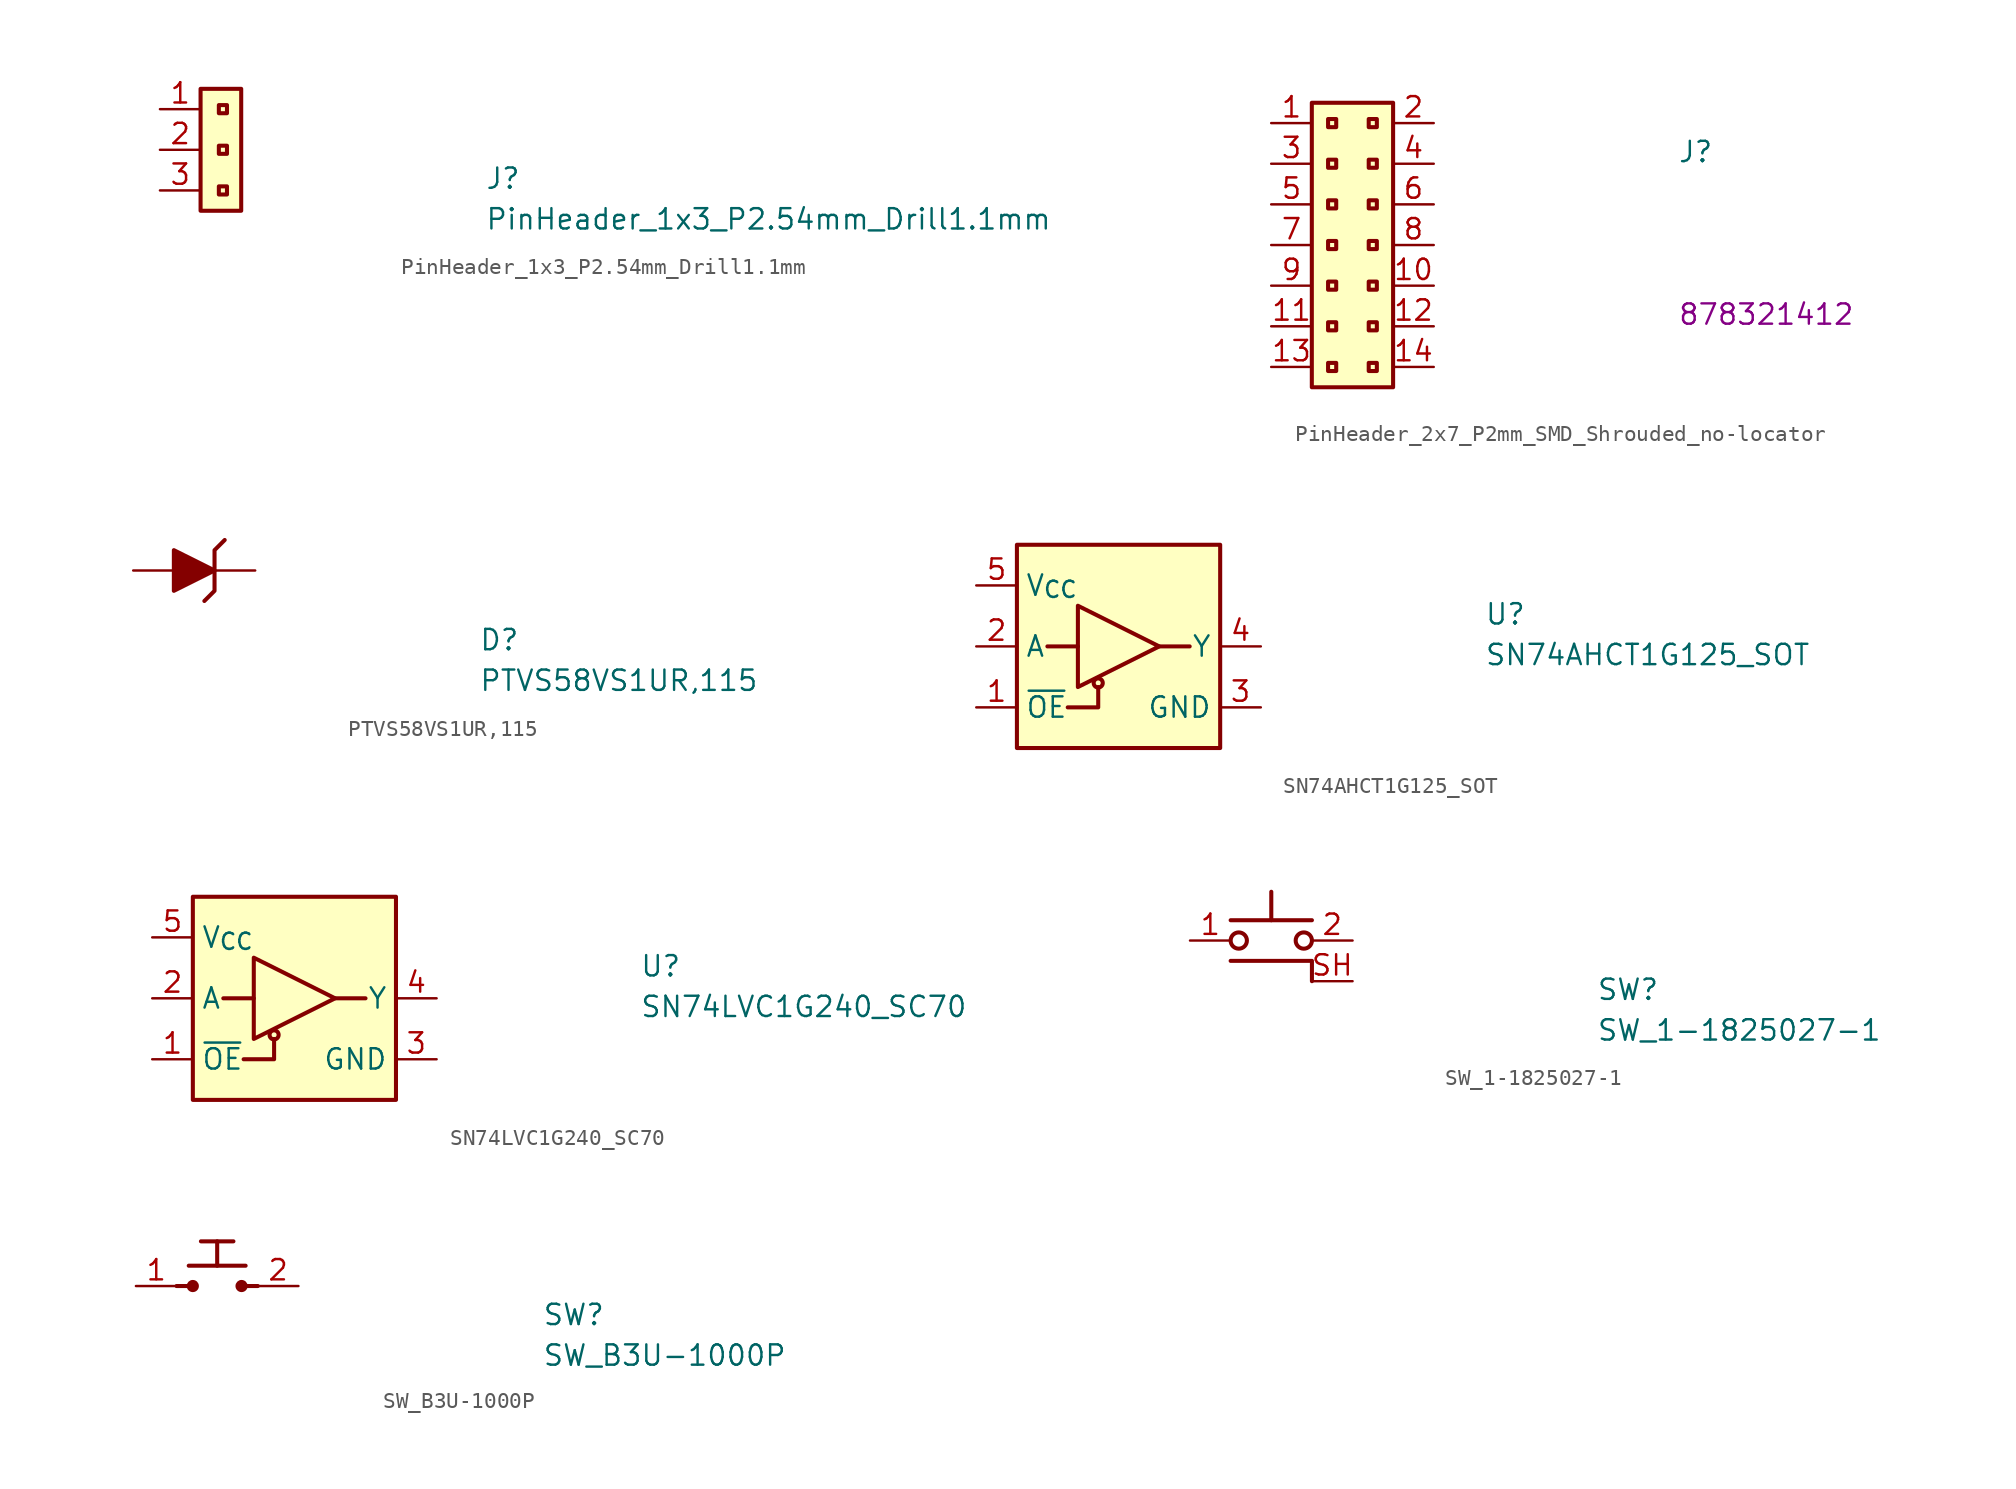
<source format=kicad_sym>
(kicad_symbol_lib
  (version 20211014)
  (generator kicad_symbol_editor)
  (symbol "PinHeader_1x3_P2.54mm_Drill1.1mm"
    (property "Reference" "J"
      (at 20.32 -5.08 0)
      (effects (font (size 1.27 1.27) (thickness 0.15)) (justify left bottom)))
    (property "Value" "PinHeader_1x3_P2.54mm_Drill1.1mm"
      (at 20.32 -7.62 0)
      (effects (font (size 1.27 1.27) (thickness 0.15)) (justify left bottom)))
    (symbol "PinHeader_1x3_P2.54mm_Drill1.1mm_1_1"
      (rectangle (start 4.191 -5.334) (end 3.683 -4.826) (stroke (width 0.254) (type default) (color 0 0 0 0)) (fill (type none)))
      (rectangle (start 4.191 -2.794) (end 3.683 -2.286) (stroke (width 0.254) (type default) (color 0 0 0 0)) (fill (type none)))
      (rectangle (start 4.191 -0.254) (end 3.683 0.254) (stroke (width 0.254) (type default) (color 0 0 0 0)) (fill (type none)))
      (rectangle (start 5.08 -6.35) (end 2.54 1.27) (stroke (width 0.254) (type default) (color 0 0 0 0)) (fill (type background)))
      (pin passive line (at 0 0 0) (length 2.54) (name "~" (effects (font (size 1.27 1.27)))) (number "1" (effects (font (size 1.27 1.27)))))
      (pin passive line (at 0 -2.54 0) (length 2.54) (name "~" (effects (font (size 1.27 1.27)))) (number "2" (effects (font (size 1.27 1.27)))))
      (pin passive line (at 0 -5.08 0) (length 2.54) (name "~" (effects (font (size 1.27 1.27)))) (number "3" (effects (font (size 1.27 1.27)))))))
  (symbol "PinHeader_2x7_P2mm_SMD_Shrouded_no-locator"
    (property "Reference" "J"
      (at 25.4 -2.54 0)
      (effects (font (size 1.27 1.27) (thickness 0.15)) (justify left bottom)))
    (property "MPN" "878321412"
      (at 25.4 -12.7 0)
      (effects (font (size 1.27 1.27) (thickness 0.15)) (justify left bottom)))
    (symbol "PinHeader_2x7_P2mm_SMD_Shrouded_no-locator_1_1"
      (rectangle (start 2.54 1.27) (end 7.62 -16.51) (stroke (width 0.254) (type default) (color 0 0 0 0)) (fill (type background)))
      (rectangle (start 3.556 -14.986) (end 4.064 -15.494) (stroke (width 0.254) (type default) (color 0 0 0 0)) (fill (type background)))
      (rectangle (start 3.556 -12.446) (end 4.064 -12.954) (stroke (width 0.254) (type default) (color 0 0 0 0)) (fill (type background)))
      (rectangle (start 3.556 -9.906) (end 4.064 -10.414) (stroke (width 0.254) (type default) (color 0 0 0 0)) (fill (type background)))
      (rectangle (start 3.556 -7.366) (end 4.064 -7.874) (stroke (width 0.254) (type default) (color 0 0 0 0)) (fill (type background)))
      (rectangle (start 3.556 -4.826) (end 4.064 -5.334) (stroke (width 0.254) (type default) (color 0 0 0 0)) (fill (type background)))
      (rectangle (start 3.556 -2.286) (end 4.064 -2.794) (stroke (width 0.254) (type default) (color 0 0 0 0)) (fill (type background)))
      (rectangle (start 3.556 0.254) (end 4.064 -0.254) (stroke (width 0.254) (type default) (color 0 0 0 0)) (fill (type background)))
      (rectangle (start 6.096 -14.986) (end 6.604 -15.494) (stroke (width 0.254) (type default) (color 0 0 0 0)) (fill (type background)))
      (rectangle (start 6.096 -12.446) (end 6.604 -12.954) (stroke (width 0.254) (type default) (color 0 0 0 0)) (fill (type background)))
      (rectangle (start 6.096 -9.906) (end 6.604 -10.414) (stroke (width 0.254) (type default) (color 0 0 0 0)) (fill (type background)))
      (rectangle (start 6.096 -7.366) (end 6.604 -7.874) (stroke (width 0.254) (type default) (color 0 0 0 0)) (fill (type background)))
      (rectangle (start 6.096 -4.826) (end 6.604 -5.334) (stroke (width 0.254) (type default) (color 0 0 0 0)) (fill (type background)))
      (rectangle (start 6.096 -2.286) (end 6.604 -2.794) (stroke (width 0.254) (type default) (color 0 0 0 0)) (fill (type background)))
      (rectangle (start 6.096 0.254) (end 6.604 -0.254) (stroke (width 0.254) (type default) (color 0 0 0 0)) (fill (type background)))
      (pin passive line (at 0 0 0) (length 2.54) (name "~" (effects (font (size 1.27 1.27)))) (number "1" (effects (font (size 1.27 1.27)))))
      (pin passive line (at 10.16 -10.16 180) (length 2.54) (name "~" (effects (font (size 1.27 1.27)))) (number "10" (effects (font (size 1.27 1.27)))))
      (pin passive line (at 0 -12.7 0) (length 2.54) (name "~" (effects (font (size 1.27 1.27)))) (number "11" (effects (font (size 1.27 1.27)))))
      (pin passive line (at 10.16 -12.7 180) (length 2.54) (name "~" (effects (font (size 1.27 1.27)))) (number "12" (effects (font (size 1.27 1.27)))))
      (pin passive line (at 0 -15.24 0) (length 2.54) (name "~" (effects (font (size 1.27 1.27)))) (number "13" (effects (font (size 1.27 1.27)))))
      (pin passive line (at 10.16 -15.24 180) (length 2.54) (name "~" (effects (font (size 1.27 1.27)))) (number "14" (effects (font (size 1.27 1.27)))))
      (pin passive line (at 10.16 0 180) (length 2.54) (name "~" (effects (font (size 1.27 1.27)))) (number "2" (effects (font (size 1.27 1.27)))))
      (pin passive line (at 0 -2.54 0) (length 2.54) (name "~" (effects (font (size 1.27 1.27)))) (number "3" (effects (font (size 1.27 1.27)))))
      (pin passive line (at 10.16 -2.54 180) (length 2.54) (name "~" (effects (font (size 1.27 1.27)))) (number "4" (effects (font (size 1.27 1.27)))))
      (pin passive line (at 0 -5.08 0) (length 2.54) (name "~" (effects (font (size 1.27 1.27)))) (number "5" (effects (font (size 1.27 1.27)))))
      (pin passive line (at 10.16 -5.08 180) (length 2.54) (name "~" (effects (font (size 1.27 1.27)))) (number "6" (effects (font (size 1.27 1.27)))))
      (pin passive line (at 0 -7.62 0) (length 2.54) (name "~" (effects (font (size 1.27 1.27)))) (number "7" (effects (font (size 1.27 1.27)))))
      (pin passive line (at 10.16 -7.62 180) (length 2.54) (name "~" (effects (font (size 1.27 1.27)))) (number "8" (effects (font (size 1.27 1.27)))))
      (pin passive line (at 0 -10.16 0) (length 2.54) (name "~" (effects (font (size 1.27 1.27)))) (number "9" (effects (font (size 1.27 1.27)))))))
  (symbol "PTVS58VS1UR,115"
    (pin_numbers hide)
    (pin_names hide)
    (property "Reference" "D"
      (at 21.59 -5.08 0)
      (effects (font (size 1.27 1.27) (thickness 0.15)) (justify left bottom)))
    (property "Value" "PTVS58VS1UR,115"
      (at 21.59 -7.62 0)
      (effects (font (size 1.27 1.27) (thickness 0.15)) (justify left bottom)))
    (symbol "PTVS58VS1UR,115_0_1"
      (polyline (pts (xy 5.715 1.905) (xy 5.08 1.27) (xy 5.08 -1.27) (xy 4.445 -1.905)) (stroke (width 0.254) (type default) (color 0 0 0 0)) (fill (type none))))
    (symbol "PTVS58VS1UR,115_1_1"
      (polyline (pts (xy 2.54 1.27) (xy 2.54 -1.27) (xy 5.08 0) (xy 2.54 1.27)) (stroke (width 0.254) (type default) (color 0 0 0 0)) (fill (type outline)))
      (pin passive line (at 0 0 0) (length 2.54) (name "A" (effects (font (size 1.27 1.27)))) (number "A" (effects (font (size 1.27 1.27)))))
      (pin passive line (at 7.62 0 180) (length 2.54) (name "C" (effects (font (size 1.27 1.27)))) (number "K" (effects (font (size 1.27 1.27)))))))
  (symbol "SN74AHCT1G125_SOT"
    (property "Reference" "U"
      (at 31.75 -2.54 0)
      (effects (font (size 1.27 1.27) (thickness 0.15)) (justify left bottom)))
    (property "Value" "SN74AHCT1G125_SOT"
      (at 31.75 -5.08 0)
      (effects (font (size 1.27 1.27) (thickness 0.15)) (justify left bottom)))
    (symbol "SN74AHCT1G125_SOT_0_1"
      (polyline (pts (xy 6.35 -3.81) (xy 4.445 -3.81)) (stroke (width 0.254) (type default) (color 0 0 0 0)) (fill (type none)))
      (polyline (pts (xy 11.43 -3.81) (xy 13.335 -3.81)) (stroke (width 0.254) (type default) (color 0 0 0 0)) (fill (type none))))
    (symbol "SN74AHCT1G125_SOT_1_1"
      (polyline (pts (xy 5.715 -7.62) (xy 7.62 -7.62) (xy 7.62 -6.35)) (stroke (width 0.254) (type default) (color 0 0 0 0)) (fill (type background)))
      (polyline (pts (xy 6.35 -1.27) (xy 11.43 -3.81) (xy 6.35 -6.35) (xy 6.35 -1.27)) (stroke (width 0.254) (type default) (color 0 0 0 0)) (fill (type background)))
      (rectangle (start 2.54 2.54) (end 15.24 -10.16) (stroke (width 0.254) (type default) (color 0 0 0 0)) (fill (type background)))
      (circle (center 7.62 -6.096) (radius 0.284) (stroke (width 0.254) (type default) (color 0 0 0 0)) (fill (type background)))
      (pin input line (at 0 -7.62 0) (length 2.54) (name "~{OE}" (effects (font (size 1.27 1.27)))) (number "1" (effects (font (size 1.27 1.27)))))
      (pin input line (at 0 -3.81 0) (length 2.54) (name "A" (effects (font (size 1.27 1.27)))) (number "2" (effects (font (size 1.27 1.27)))))
      (pin power_in line (at 17.78 -7.62 180) (length 2.54) (name "GND" (effects (font (size 1.27 1.27)))) (number "3" (effects (font (size 1.27 1.27)))))
      (pin output line (at 17.78 -3.81 180) (length 2.54) (name "Y" (effects (font (size 1.27 1.27)))) (number "4" (effects (font (size 1.27 1.27)))))
      (pin power_in line (at 0 0 0) (length 2.54) (name "V_{CC}" (effects (font (size 1.27 1.27)))) (number "5" (effects (font (size 1.27 1.27)))))))
  (symbol "SN74LVC1G240_SC70"
    (property "Reference" "U"
      (at 30.48 -2.54 0)
      (effects (font (size 1.27 1.27) (thickness 0.15)) (justify left bottom)))
    (property "Value" "SN74LVC1G240_SC70"
      (at 30.48 -5.08 0)
      (effects (font (size 1.27 1.27) (thickness 0.15)) (justify left bottom)))
    (symbol "SN74LVC1G240_SC70_1_1"
      (polyline (pts (xy 6.35 -3.81) (xy 4.445 -3.81)) (stroke (width 0.254) (type default) (color 0 0 0 0)) (fill (type background)))
      (polyline (pts (xy 11.43 -3.81) (xy 13.335 -3.81)) (stroke (width 0.254) (type default) (color 0 0 0 0)) (fill (type background)))
      (polyline (pts (xy 5.715 -7.62) (xy 7.62 -7.62) (xy 7.62 -6.35)) (stroke (width 0.254) (type default) (color 0 0 0 0)) (fill (type background)))
      (polyline (pts (xy 6.35 -1.27) (xy 11.43 -3.81) (xy 6.35 -6.35) (xy 6.35 -1.27)) (stroke (width 0.254) (type default) (color 0 0 0 0)) (fill (type background)))
      (rectangle (start 2.54 2.54) (end 15.24 -10.16) (stroke (width 0.254) (type default) (color 0 0 0 0)) (fill (type background)))
      (circle (center 7.62 -6.096) (radius 0.284) (stroke (width 0.254) (type default) (color 0 0 0 0)) (fill (type background)))
      (pin input line (at 0 -7.62 0) (length 2.54) (name "~{OE}" (effects (font (size 1.27 1.27)))) (number "1" (effects (font (size 1.27 1.27)))))
      (pin input line (at 0 -3.81 0) (length 2.54) (name "A" (effects (font (size 1.27 1.27)))) (number "2" (effects (font (size 1.27 1.27)))))
      (pin power_in line (at 17.78 -7.62 180) (length 2.54) (name "GND" (effects (font (size 1.27 1.27)))) (number "3" (effects (font (size 1.27 1.27)))))
      (pin output line (at 17.78 -3.81 180) (length 2.54) (name "Y" (effects (font (size 1.27 1.27)))) (number "4" (effects (font (size 1.27 1.27)))))
      (pin power_in line (at 0 0 0) (length 2.54) (name "V_{CC}" (effects (font (size 1.27 1.27)))) (number "5" (effects (font (size 1.27 1.27)))))))
  (symbol "SW_1-1825027-1"
    (pin_names hide)
    (property "Reference" "SW"
      (at 25.4 -5.08 0)
      (effects (font (size 1.27 1.27) (thickness 0.15)) (justify left bottom)))
    (property "Value" "SW_1-1825027-1"
      (at 25.4 -7.62 0)
      (effects (font (size 1.27 1.27) (thickness 0.15)) (justify left bottom)))
    (symbol "SW_1-1825027-1_1_1"
      (polyline (pts (xy 5.08 0) (xy 5.08 1.778)) (stroke (width 0.254) (type default) (color 0 0 0 0)) (fill (type background)))
      (polyline (pts (xy 7.62 0) (xy 2.54 0)) (stroke (width 0.254) (type default) (color 0 0 0 0)) (fill (type background)))
      (polyline (pts (xy 7.62 -3.81) (xy 7.62 -2.54) (xy 2.54 -2.54)) (stroke (width 0.254) (type default) (color 0 0 0 0)) (fill (type none)))
      (circle (center 3.048 -1.27) (radius 0.508) (stroke (width 0.254) (type default) (color 0 0 0 0)) (fill (type none)))
      (circle (center 7.112 -1.27) (radius 0.508) (stroke (width 0.254) (type default) (color 0 0 0 0)) (fill (type none)))
      (pin passive line (at 0 -1.27 0) (length 2.54) (name "1" (effects (font (size 1.27 1.27)))) (number "1" (effects (font (size 1.27 1.27)))))
      (pin passive line (at 10.16 -1.27 180) (length 2.54) (name "2" (effects (font (size 1.27 1.27)))) (number "2" (effects (font (size 1.27 1.27)))))
      (pin passive line (at 10.16 -3.81 180) (length 2.54) (name "SH" (effects (font (size 1.27 1.27)))) (number "SH" (effects (font (size 1.27 1.27)))))))
  (symbol "SW_B3U-1000P"
    (property "Reference" "SW"
      (at 25.4 -2.54 0)
      (effects (font (size 1.27 1.27) (thickness 0.15)) (justify left bottom)))
    (property "Value" "SW_B3U-1000P"
      (at 25.4 -5.08 0)
      (effects (font (size 1.27 1.27) (thickness 0.15)) (justify left bottom)))
    (symbol "SW_B3U-1000P_1_1"
      (polyline (pts (xy 2.54 0) (xy 3.302 0)) (stroke (width 0.254) (type default) (color 0 0 0 0)) (fill (type background)))
      (polyline (pts (xy 3.302 1.27) (xy 6.858 1.27)) (stroke (width 0.254) (type default) (color 0 0 0 0)) (fill (type background)))
      (polyline (pts (xy 4.064 2.794) (xy 6.096 2.794)) (stroke (width 0.254) (type default) (color 0 0 0 0)) (fill (type background)))
      (polyline (pts (xy 5.08 1.27) (xy 5.08 2.794)) (stroke (width 0.254) (type default) (color 0 0 0 0)) (fill (type background)))
      (polyline (pts (xy 7.62 0) (xy 6.858 0)) (stroke (width 0.254) (type default) (color 0 0 0 0)) (fill (type background)))
      (circle (center 3.556 0) (radius 0.254) (stroke (width 0.254) (type default) (color 0 0 0 0)) (fill (type outline)))
      (circle (center 6.604 0) (radius 0.254) (stroke (width 0.254) (type default) (color 0 0 0 0)) (fill (type outline)))
      (pin passive line (at 0 0 0) (length 2.54) (name "~" (effects (font (size 1.27 1.27)))) (number "1" (effects (font (size 1.27 1.27)))))
      (pin passive line (at 10.16 0 180) (length 2.54) (name "~" (effects (font (size 1.27 1.27)))) (number "2" (effects (font (size 1.27 1.27))))))))
</source>
